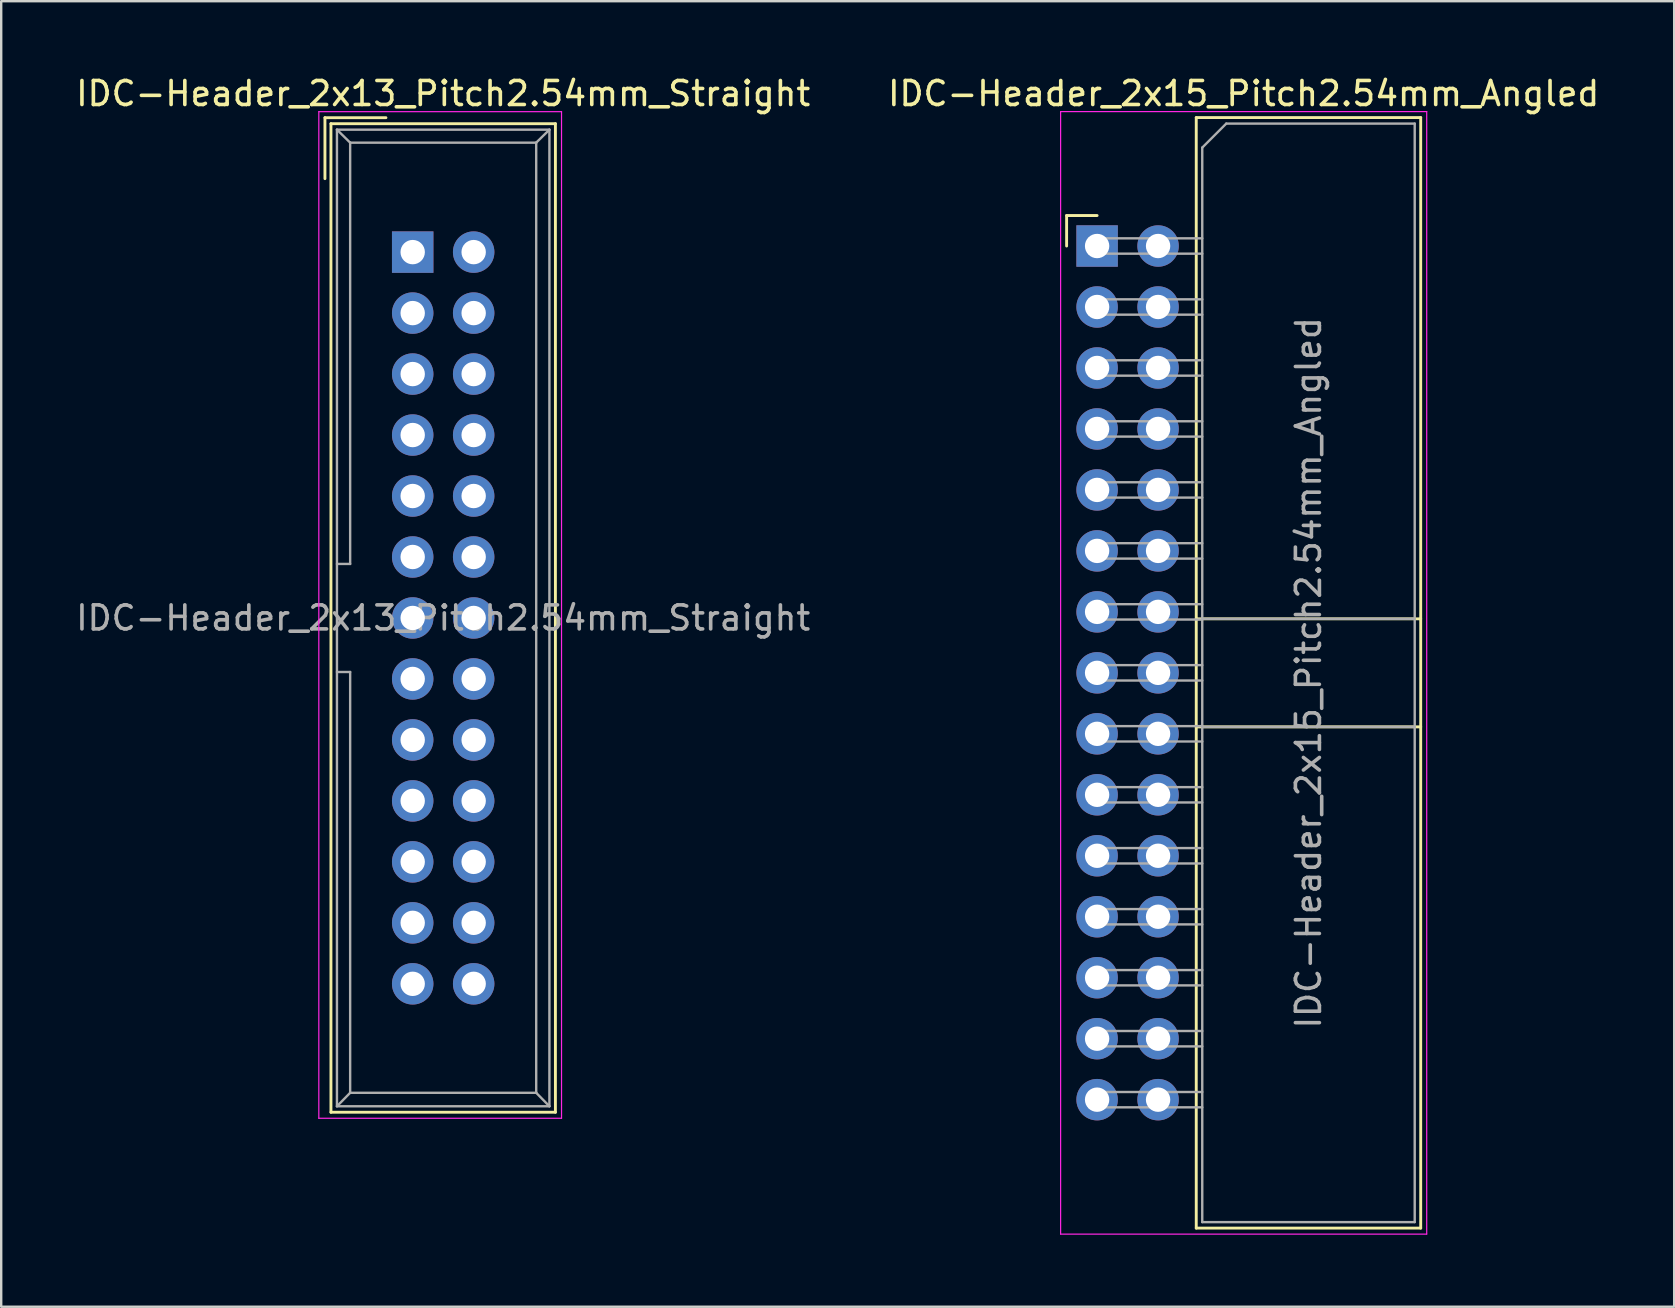
<source format=kicad_pcb>
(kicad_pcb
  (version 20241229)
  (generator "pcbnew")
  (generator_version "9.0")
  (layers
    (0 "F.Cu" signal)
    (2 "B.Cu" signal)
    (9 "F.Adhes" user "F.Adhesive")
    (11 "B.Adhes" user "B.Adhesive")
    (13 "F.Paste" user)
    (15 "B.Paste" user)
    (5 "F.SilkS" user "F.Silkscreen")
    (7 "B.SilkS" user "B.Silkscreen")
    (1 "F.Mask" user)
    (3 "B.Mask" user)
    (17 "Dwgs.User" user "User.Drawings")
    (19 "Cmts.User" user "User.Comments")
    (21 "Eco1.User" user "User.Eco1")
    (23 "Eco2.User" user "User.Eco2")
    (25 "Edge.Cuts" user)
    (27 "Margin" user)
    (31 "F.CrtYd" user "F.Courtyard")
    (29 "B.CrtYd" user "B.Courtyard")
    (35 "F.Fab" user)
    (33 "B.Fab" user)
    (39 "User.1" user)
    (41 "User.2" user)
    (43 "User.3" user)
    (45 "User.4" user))
  (footprint "IDC-Header_2x13_Pitch2.54mm_Straight"
    (layer "F.Cu")
    (at 14.141 7.452)
    (property "Reference" "IDC-Header_2x13_Pitch2.54mm_Straight" (at 1.27 -6.604 0) (layer "F.SilkS") (effects (font (size 1 1) (thickness 0.15))))
    (attr through_hole)
    (fp_line (start -3.655 -5.6) (end -3.655 -3.06) (stroke (width 0.12) (type solid)) (layer "F.SilkS"))
    (fp_line (start -3.655 -5.6) (end -1.115 -5.6) (stroke (width 0.12) (type solid)) (layer "F.SilkS"))
    (fp_line (start -3.405 -5.35) (end 5.945 -5.35) (stroke (width 0.12) (type solid)) (layer "F.SilkS"))
    (fp_line (start -3.405 35.83) (end -3.405 -5.35) (stroke (width 0.12) (type solid)) (layer "F.SilkS"))
    (fp_line (start 5.945 -5.35) (end 5.945 35.83) (stroke (width 0.12) (type solid)) (layer "F.SilkS"))
    (fp_line (start 5.945 35.83) (end -3.405 35.83) (stroke (width 0.12) (type solid)) (layer "F.SilkS"))
    (fp_line (start -3.91 -5.85) (end 6.2 -5.85) (stroke (width 0.05) (type solid)) (layer "F.CrtYd"))
    (fp_line (start -3.91 36.08) (end -3.91 -5.85) (stroke (width 0.05) (type solid)) (layer "F.CrtYd"))
    (fp_line (start 6.2 -5.85) (end 6.2 36.08) (stroke (width 0.05) (type solid)) (layer "F.CrtYd"))
    (fp_line (start 6.2 36.08) (end -3.91 36.08) (stroke (width 0.05) (type solid)) (layer "F.CrtYd"))
    (fp_line (start -3.155 -5.1) (end -3.155 35.58) (stroke (width 0.1) (type solid)) (layer "F.Fab"))
    (fp_line (start -3.155 -5.1) (end -2.605 -4.56) (stroke (width 0.1) (type solid)) (layer "F.Fab"))
    (fp_line (start -3.155 35.58) (end -2.605 35.02) (stroke (width 0.1) (type solid)) (layer "F.Fab"))
    (fp_line (start -2.605 -4.56) (end -2.605 12.99) (stroke (width 0.1) (type solid)) (layer "F.Fab"))
    (fp_line (start -2.605 12.99) (end -3.155 12.99) (stroke (width 0.1) (type solid)) (layer "F.Fab"))
    (fp_line (start -2.605 17.49) (end -3.155 17.49) (stroke (width 0.1) (type solid)) (layer "F.Fab"))
    (fp_line (start -2.605 17.49) (end -2.605 35.02) (stroke (width 0.1) (type solid)) (layer "F.Fab"))
    (fp_line (start 5.145 -4.56) (end -2.605 -4.56) (stroke (width 0.1) (type solid)) (layer "F.Fab"))
    (fp_line (start 5.145 -4.56) (end 5.145 35.02) (stroke (width 0.1) (type solid)) (layer "F.Fab"))
    (fp_line (start 5.145 35.02) (end -2.605 35.02) (stroke (width 0.1) (type solid)) (layer "F.Fab"))
    (fp_line (start 5.695 -5.1) (end -3.155 -5.1) (stroke (width 0.1) (type solid)) (layer "F.Fab"))
    (fp_line (start 5.695 -5.1) (end 5.145 -4.56) (stroke (width 0.1) (type solid)) (layer "F.Fab"))
    (fp_line (start 5.695 -5.1) (end 5.695 35.58) (stroke (width 0.1) (type solid)) (layer "F.Fab"))
    (fp_line (start 5.695 35.58) (end -3.155 35.58) (stroke (width 0.1) (type solid)) (layer "F.Fab"))
    (fp_line (start 5.695 35.58) (end 5.145 35.02) (stroke (width 0.1) (type solid)) (layer "F.Fab"))
    (fp_text user "${REFERENCE}" (at 1.27 15.24 0) (layer "F.Fab") (effects (font (size 1 1) (thickness 0.15))))
    (pad "1" thru_hole rect (at 0 0) (size 1.727 1.727) (drill 1.016) (layers "*.Cu" "*.Mask"))
    (pad "2" thru_hole oval (at 2.54 0) (size 1.727 1.727) (drill 1.016) (layers "*.Cu" "*.Mask"))
    (pad "3" thru_hole oval (at 0 2.54) (size 1.727 1.727) (drill 1.016) (layers "*.Cu" "*.Mask"))
    (pad "4" thru_hole oval (at 2.54 2.54) (size 1.727 1.727) (drill 1.016) (layers "*.Cu" "*.Mask"))
    (pad "5" thru_hole oval (at 0 5.08) (size 1.727 1.727) (drill 1.016) (layers "*.Cu" "*.Mask"))
    (pad "6" thru_hole oval (at 2.54 5.08) (size 1.727 1.727) (drill 1.016) (layers "*.Cu" "*.Mask"))
    (pad "7" thru_hole oval (at 0 7.62) (size 1.727 1.727) (drill 1.016) (layers "*.Cu" "*.Mask"))
    (pad "8" thru_hole oval (at 2.54 7.62) (size 1.727 1.727) (drill 1.016) (layers "*.Cu" "*.Mask"))
    (pad "9" thru_hole oval (at 0 10.16) (size 1.727 1.727) (drill 1.016) (layers "*.Cu" "*.Mask"))
    (pad "10" thru_hole oval (at 2.54 10.16) (size 1.727 1.727) (drill 1.016) (layers "*.Cu" "*.Mask"))
    (pad "11" thru_hole oval (at 0 12.7) (size 1.727 1.727) (drill 1.016) (layers "*.Cu" "*.Mask"))
    (pad "12" thru_hole oval (at 2.54 12.7) (size 1.727 1.727) (drill 1.016) (layers "*.Cu" "*.Mask"))
    (pad "13" thru_hole oval (at 0 15.24) (size 1.727 1.727) (drill 1.016) (layers "*.Cu" "*.Mask"))
    (pad "14" thru_hole oval (at 2.54 15.24) (size 1.727 1.727) (drill 1.016) (layers "*.Cu" "*.Mask"))
    (pad "15" thru_hole oval (at 0 17.78) (size 1.727 1.727) (drill 1.016) (layers "*.Cu" "*.Mask"))
    (pad "16" thru_hole oval (at 2.54 17.78) (size 1.727 1.727) (drill 1.016) (layers "*.Cu" "*.Mask"))
    (pad "17" thru_hole oval (at 0 20.32) (size 1.727 1.727) (drill 1.016) (layers "*.Cu" "*.Mask"))
    (pad "18" thru_hole oval (at 2.54 20.32) (size 1.727 1.727) (drill 1.016) (layers "*.Cu" "*.Mask"))
    (pad "19" thru_hole oval (at 0 22.86) (size 1.727 1.727) (drill 1.016) (layers "*.Cu" "*.Mask"))
    (pad "20" thru_hole oval (at 2.54 22.86) (size 1.727 1.727) (drill 1.016) (layers "*.Cu" "*.Mask"))
    (pad "21" thru_hole oval (at 0 25.4) (size 1.727 1.727) (drill 1.016) (layers "*.Cu" "*.Mask"))
    (pad "22" thru_hole oval (at 2.54 25.4) (size 1.727 1.727) (drill 1.016) (layers "*.Cu" "*.Mask"))
    (pad "23" thru_hole oval (at 0 27.94) (size 1.727 1.727) (drill 1.016) (layers "*.Cu" "*.Mask"))
    (pad "24" thru_hole oval (at 2.54 27.94) (size 1.727 1.727) (drill 1.016) (layers "*.Cu" "*.Mask"))
    (pad "25" thru_hole oval (at 0 30.48) (size 1.727 1.727) (drill 1.016) (layers "*.Cu" "*.Mask"))
    (pad "26" thru_hole oval (at 2.54 30.48) (size 1.727 1.727) (drill 1.016) (layers "*.Cu" "*.Mask")))
  (footprint "IDC-Header_2x15_Pitch2.54mm_Angled"
    (layer "F.Cu")
    (at 42.651 7.198)
    (property "Reference" "IDC-Header_2x15_Pitch2.54mm_Angled" (at 6.105 -6.35 0) (layer "F.SilkS") (effects (font (size 1 1) (thickness 0.15))))
    (attr through_hole)
    (fp_line (start -1.27 -1.27) (end -1.27 0) (stroke (width 0.12) (type solid)) (layer "F.SilkS"))
    (fp_line (start 0 -1.27) (end -1.27 -1.27) (stroke (width 0.12) (type solid)) (layer "F.SilkS"))
    (fp_line (start 4.13 -5.35) (end 13.48 -5.35) (stroke (width 0.12) (type solid)) (layer "F.SilkS"))
    (fp_line (start 4.13 15.53) (end 13.48 15.53) (stroke (width 0.12) (type solid)) (layer "F.SilkS"))
    (fp_line (start 4.13 20.03) (end 13.48 20.03) (stroke (width 0.12) (type solid)) (layer "F.SilkS"))
    (fp_line (start 4.13 40.91) (end 4.13 -5.35) (stroke (width 0.12) (type solid)) (layer "F.SilkS"))
    (fp_line (start 4.13 40.91) (end 13.48 40.91) (stroke (width 0.12) (type solid)) (layer "F.SilkS"))
    (fp_line (start 13.48 -5.35) (end 13.48 40.91) (stroke (width 0.12) (type solid)) (layer "F.SilkS"))
    (fp_line (start -1.52 -5.6) (end 13.73 -5.6) (stroke (width 0.05) (type solid)) (layer "F.CrtYd"))
    (fp_line (start -1.52 41.16) (end -1.52 -5.6) (stroke (width 0.05) (type solid)) (layer "F.CrtYd"))
    (fp_line (start 13.73 -5.6) (end 13.73 41.16) (stroke (width 0.05) (type solid)) (layer "F.CrtYd"))
    (fp_line (start 13.73 41.16) (end -1.52 41.16) (stroke (width 0.05) (type solid)) (layer "F.CrtYd"))
    (fp_line (start -0.32 -0.32) (end -0.32 0.32) (stroke (width 0.1) (type solid)) (layer "F.Fab"))
    (fp_line (start -0.32 0.32) (end 4.38 0.32) (stroke (width 0.1) (type solid)) (layer "F.Fab"))
    (fp_line (start -0.32 2.22) (end -0.32 2.86) (stroke (width 0.1) (type solid)) (layer "F.Fab"))
    (fp_line (start -0.32 2.86) (end 4.38 2.86) (stroke (width 0.1) (type solid)) (layer "F.Fab"))
    (fp_line (start -0.32 4.76) (end -0.32 5.4) (stroke (width 0.1) (type solid)) (layer "F.Fab"))
    (fp_line (start -0.32 5.4) (end 4.38 5.4) (stroke (width 0.1) (type solid)) (layer "F.Fab"))
    (fp_line (start -0.32 7.3) (end -0.32 7.94) (stroke (width 0.1) (type solid)) (layer "F.Fab"))
    (fp_line (start -0.32 7.94) (end 4.38 7.94) (stroke (width 0.1) (type solid)) (layer "F.Fab"))
    (fp_line (start -0.32 9.84) (end -0.32 10.48) (stroke (width 0.1) (type solid)) (layer "F.Fab"))
    (fp_line (start -0.32 10.48) (end 4.38 10.48) (stroke (width 0.1) (type solid)) (layer "F.Fab"))
    (fp_line (start -0.32 12.38) (end -0.32 13.02) (stroke (width 0.1) (type solid)) (layer "F.Fab"))
    (fp_line (start -0.32 13.02) (end 4.38 13.02) (stroke (width 0.1) (type solid)) (layer "F.Fab"))
    (fp_line (start -0.32 14.92) (end -0.32 15.56) (stroke (width 0.1) (type solid)) (layer "F.Fab"))
    (fp_line (start -0.32 15.56) (end 4.38 15.56) (stroke (width 0.1) (type solid)) (layer "F.Fab"))
    (fp_line (start -0.32 17.46) (end -0.32 18.1) (stroke (width 0.1) (type solid)) (layer "F.Fab"))
    (fp_line (start -0.32 18.1) (end 4.38 18.1) (stroke (width 0.1) (type solid)) (layer "F.Fab"))
    (fp_line (start -0.32 20) (end -0.32 20.64) (stroke (width 0.1) (type solid)) (layer "F.Fab"))
    (fp_line (start -0.32 20.64) (end 4.38 20.64) (stroke (width 0.1) (type solid)) (layer "F.Fab"))
    (fp_line (start -0.32 22.54) (end -0.32 23.18) (stroke (width 0.1) (type solid)) (layer "F.Fab"))
    (fp_line (start -0.32 23.18) (end 4.38 23.18) (stroke (width 0.1) (type solid)) (layer "F.Fab"))
    (fp_line (start -0.32 25.08) (end -0.32 25.72) (stroke (width 0.1) (type solid)) (layer "F.Fab"))
    (fp_line (start -0.32 25.72) (end 4.38 25.72) (stroke (width 0.1) (type solid)) (layer "F.Fab"))
    (fp_line (start -0.32 27.62) (end -0.32 28.26) (stroke (width 0.1) (type solid)) (layer "F.Fab"))
    (fp_line (start -0.32 28.26) (end 4.38 28.26) (stroke (width 0.1) (type solid)) (layer "F.Fab"))
    (fp_line (start -0.32 30.16) (end -0.32 30.8) (stroke (width 0.1) (type solid)) (layer "F.Fab"))
    (fp_line (start -0.32 30.8) (end 4.38 30.8) (stroke (width 0.1) (type solid)) (layer "F.Fab"))
    (fp_line (start -0.32 32.7) (end -0.32 33.34) (stroke (width 0.1) (type solid)) (layer "F.Fab"))
    (fp_line (start -0.32 33.34) (end 4.38 33.34) (stroke (width 0.1) (type solid)) (layer "F.Fab"))
    (fp_line (start -0.32 35.24) (end -0.32 35.88) (stroke (width 0.1) (type solid)) (layer "F.Fab"))
    (fp_line (start -0.32 35.88) (end 4.38 35.88) (stroke (width 0.1) (type solid)) (layer "F.Fab"))
    (fp_line (start 4.38 -4.1) (end 5.38 -5.1) (stroke (width 0.1) (type solid)) (layer "F.Fab"))
    (fp_line (start 4.38 -0.32) (end -0.32 -0.32) (stroke (width 0.1) (type solid)) (layer "F.Fab"))
    (fp_line (start 4.38 2.22) (end -0.32 2.22) (stroke (width 0.1) (type solid)) (layer "F.Fab"))
    (fp_line (start 4.38 4.76) (end -0.32 4.76) (stroke (width 0.1) (type solid)) (layer "F.Fab"))
    (fp_line (start 4.38 7.3) (end -0.32 7.3) (stroke (width 0.1) (type solid)) (layer "F.Fab"))
    (fp_line (start 4.38 9.84) (end -0.32 9.84) (stroke (width 0.1) (type solid)) (layer "F.Fab"))
    (fp_line (start 4.38 12.38) (end -0.32 12.38) (stroke (width 0.1) (type solid)) (layer "F.Fab"))
    (fp_line (start 4.38 14.92) (end -0.32 14.92) (stroke (width 0.1) (type solid)) (layer "F.Fab"))
    (fp_line (start 4.38 15.53) (end 13.23 15.53) (stroke (width 0.1) (type solid)) (layer "F.Fab"))
    (fp_line (start 4.38 17.46) (end -0.32 17.46) (stroke (width 0.1) (type solid)) (layer "F.Fab"))
    (fp_line (start 4.38 20) (end -0.32 20) (stroke (width 0.1) (type solid)) (layer "F.Fab"))
    (fp_line (start 4.38 20.03) (end 13.23 20.03) (stroke (width 0.1) (type solid)) (layer "F.Fab"))
    (fp_line (start 4.38 22.54) (end -0.32 22.54) (stroke (width 0.1) (type solid)) (layer "F.Fab"))
    (fp_line (start 4.38 25.08) (end -0.32 25.08) (stroke (width 0.1) (type solid)) (layer "F.Fab"))
    (fp_line (start 4.38 27.62) (end -0.32 27.62) (stroke (width 0.1) (type solid)) (layer "F.Fab"))
    (fp_line (start 4.38 30.16) (end -0.32 30.16) (stroke (width 0.1) (type solid)) (layer "F.Fab"))
    (fp_line (start 4.38 32.7) (end -0.32 32.7) (stroke (width 0.1) (type solid)) (layer "F.Fab"))
    (fp_line (start 4.38 35.24) (end -0.32 35.24) (stroke (width 0.1) (type solid)) (layer "F.Fab"))
    (fp_line (start 4.38 40.66) (end 4.38 -4.1) (stroke (width 0.1) (type solid)) (layer "F.Fab"))
    (fp_line (start 4.38 40.66) (end 13.23 40.66) (stroke (width 0.1) (type solid)) (layer "F.Fab"))
    (fp_line (start 5.38 -5.1) (end 13.23 -5.1) (stroke (width 0.1) (type solid)) (layer "F.Fab"))
    (fp_line (start 13.23 40.66) (end 13.23 -5.1) (stroke (width 0.1) (type solid)) (layer "F.Fab"))
    (fp_text user "${REFERENCE}" (at 8.805 17.78 90) (layer "F.Fab") (effects (font (size 1 1) (thickness 0.15))))
    (pad "1" thru_hole rect (at 0 0) (size 1.727 1.727) (drill 1.016) (layers "*.Cu" "*.Mask"))
    (pad "2" thru_hole oval (at 2.54 0) (size 1.727 1.727) (drill 1.016) (layers "*.Cu" "*.Mask"))
    (pad "3" thru_hole oval (at 0 2.54) (size 1.727 1.727) (drill 1.016) (layers "*.Cu" "*.Mask"))
    (pad "4" thru_hole oval (at 2.54 2.54) (size 1.727 1.727) (drill 1.016) (layers "*.Cu" "*.Mask"))
    (pad "5" thru_hole oval (at 0 5.08) (size 1.727 1.727) (drill 1.016) (layers "*.Cu" "*.Mask"))
    (pad "6" thru_hole oval (at 2.54 5.08) (size 1.727 1.727) (drill 1.016) (layers "*.Cu" "*.Mask"))
    (pad "7" thru_hole oval (at 0 7.62) (size 1.727 1.727) (drill 1.016) (layers "*.Cu" "*.Mask"))
    (pad "8" thru_hole oval (at 2.54 7.62) (size 1.727 1.727) (drill 1.016) (layers "*.Cu" "*.Mask"))
    (pad "9" thru_hole oval (at 0 10.16) (size 1.727 1.727) (drill 1.016) (layers "*.Cu" "*.Mask"))
    (pad "10" thru_hole oval (at 2.54 10.16) (size 1.727 1.727) (drill 1.016) (layers "*.Cu" "*.Mask"))
    (pad "11" thru_hole oval (at 0 12.7) (size 1.727 1.727) (drill 1.016) (layers "*.Cu" "*.Mask"))
    (pad "12" thru_hole oval (at 2.54 12.7) (size 1.727 1.727) (drill 1.016) (layers "*.Cu" "*.Mask"))
    (pad "13" thru_hole oval (at 0 15.24) (size 1.727 1.727) (drill 1.016) (layers "*.Cu" "*.Mask"))
    (pad "14" thru_hole oval (at 2.54 15.24) (size 1.727 1.727) (drill 1.016) (layers "*.Cu" "*.Mask"))
    (pad "15" thru_hole oval (at 0 17.78) (size 1.727 1.727) (drill 1.016) (layers "*.Cu" "*.Mask"))
    (pad "16" thru_hole oval (at 2.54 17.78) (size 1.727 1.727) (drill 1.016) (layers "*.Cu" "*.Mask"))
    (pad "17" thru_hole oval (at 0 20.32) (size 1.727 1.727) (drill 1.016) (layers "*.Cu" "*.Mask"))
    (pad "18" thru_hole oval (at 2.54 20.32) (size 1.727 1.727) (drill 1.016) (layers "*.Cu" "*.Mask"))
    (pad "19" thru_hole oval (at 0 22.86) (size 1.727 1.727) (drill 1.016) (layers "*.Cu" "*.Mask"))
    (pad "20" thru_hole oval (at 2.54 22.86) (size 1.727 1.727) (drill 1.016) (layers "*.Cu" "*.Mask"))
    (pad "21" thru_hole oval (at 0 25.4) (size 1.727 1.727) (drill 1.016) (layers "*.Cu" "*.Mask"))
    (pad "22" thru_hole oval (at 2.54 25.4) (size 1.727 1.727) (drill 1.016) (layers "*.Cu" "*.Mask"))
    (pad "23" thru_hole oval (at 0 27.94) (size 1.727 1.727) (drill 1.016) (layers "*.Cu" "*.Mask"))
    (pad "24" thru_hole oval (at 2.54 27.94) (size 1.727 1.727) (drill 1.016) (layers "*.Cu" "*.Mask"))
    (pad "25" thru_hole oval (at 0 30.48) (size 1.727 1.727) (drill 1.016) (layers "*.Cu" "*.Mask"))
    (pad "26" thru_hole oval (at 2.54 30.48) (size 1.727 1.727) (drill 1.016) (layers "*.Cu" "*.Mask"))
    (pad "27" thru_hole oval (at 0 33.02) (size 1.727 1.727) (drill 1.016) (layers "*.Cu" "*.Mask"))
    (pad "28" thru_hole oval (at 2.54 33.02) (size 1.727 1.727) (drill 1.016) (layers "*.Cu" "*.Mask"))
    (pad "29" thru_hole oval (at 0 35.56) (size 1.727 1.727) (drill 1.016) (layers "*.Cu" "*.Mask"))
    (pad "30" thru_hole oval (at 2.54 35.56) (size 1.727 1.727) (drill 1.016) (layers "*.Cu" "*.Mask")))
  (gr_rect
    (start -3 -3)
    (end 66.69 51.383)
    (stroke (width 0.1) (type default))
    (fill no)
    (layer "Edge.Cuts")))
</source>
